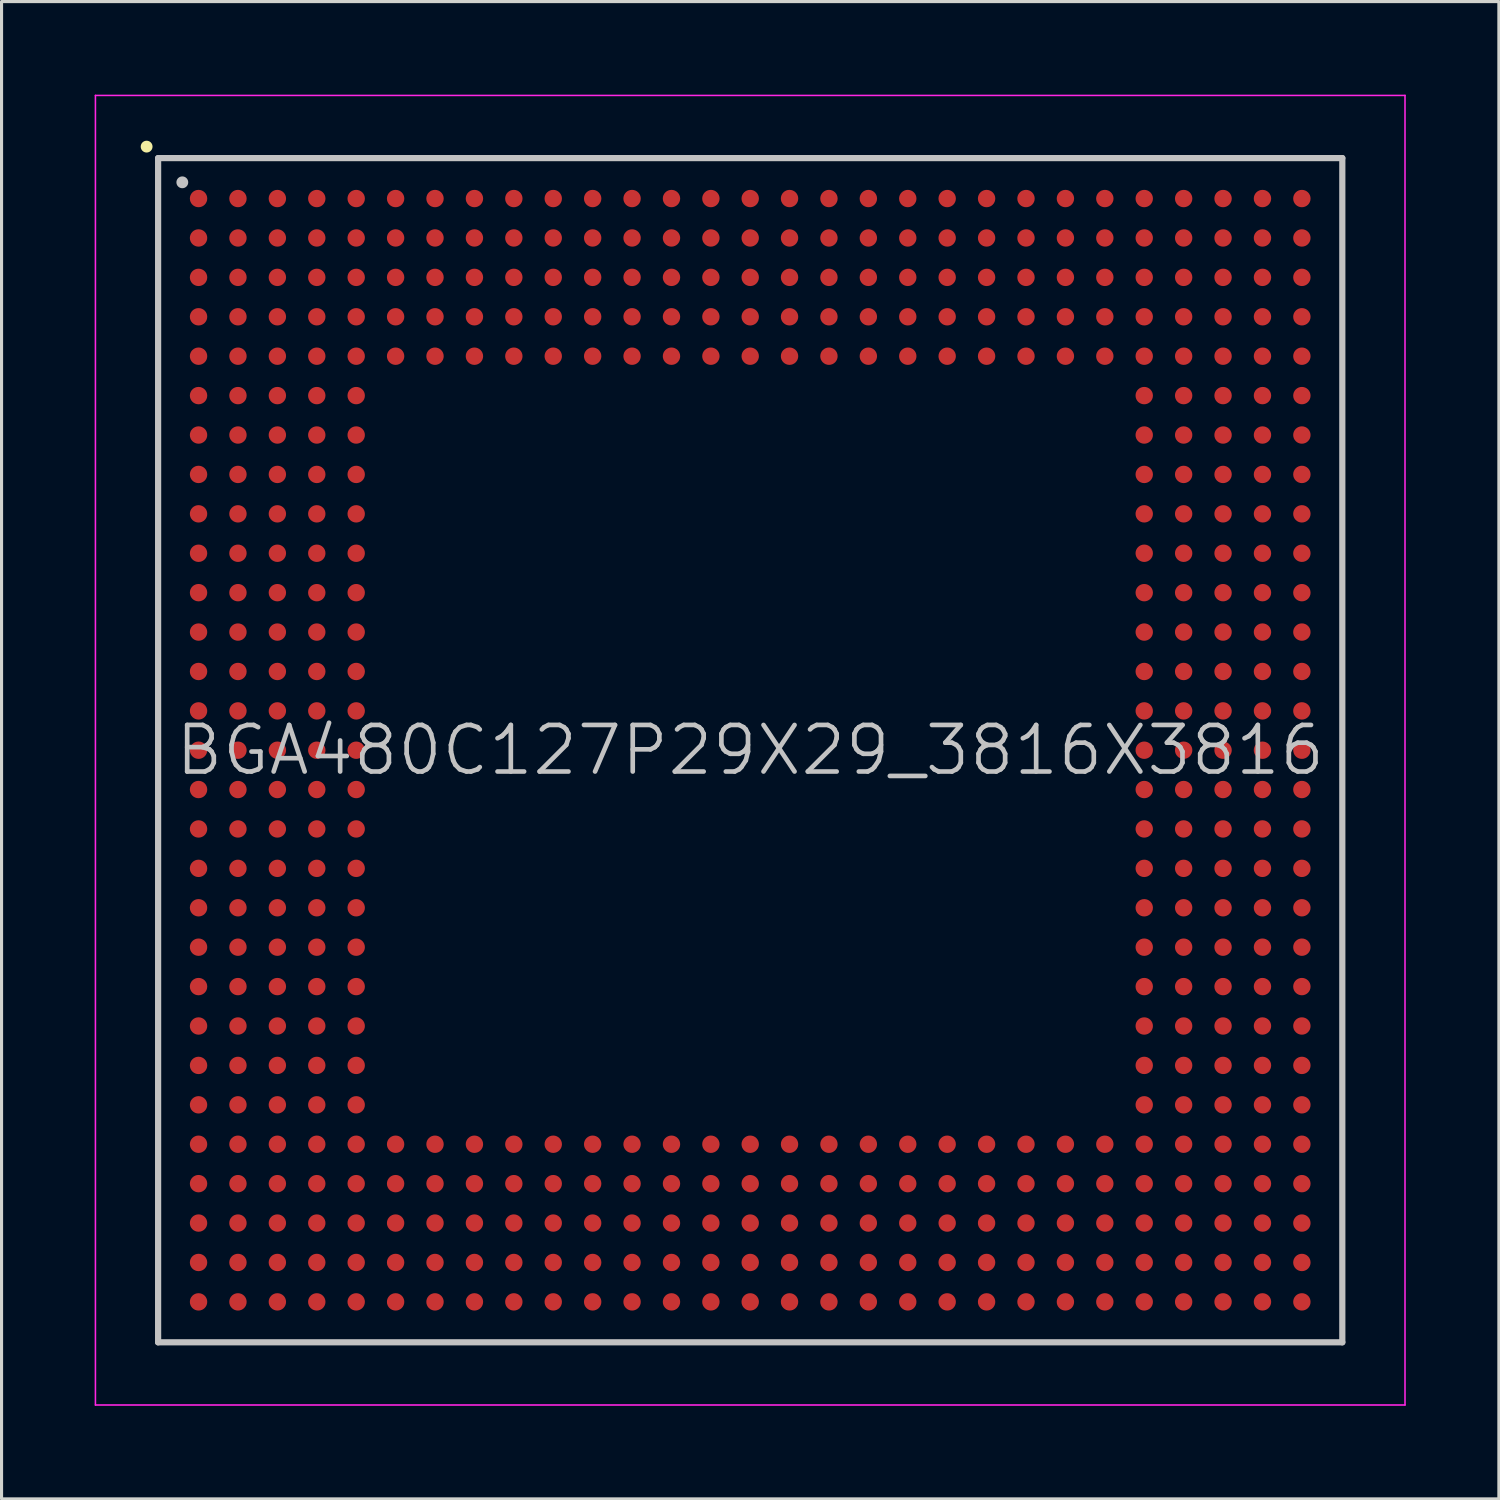
<source format=kicad_pcb>
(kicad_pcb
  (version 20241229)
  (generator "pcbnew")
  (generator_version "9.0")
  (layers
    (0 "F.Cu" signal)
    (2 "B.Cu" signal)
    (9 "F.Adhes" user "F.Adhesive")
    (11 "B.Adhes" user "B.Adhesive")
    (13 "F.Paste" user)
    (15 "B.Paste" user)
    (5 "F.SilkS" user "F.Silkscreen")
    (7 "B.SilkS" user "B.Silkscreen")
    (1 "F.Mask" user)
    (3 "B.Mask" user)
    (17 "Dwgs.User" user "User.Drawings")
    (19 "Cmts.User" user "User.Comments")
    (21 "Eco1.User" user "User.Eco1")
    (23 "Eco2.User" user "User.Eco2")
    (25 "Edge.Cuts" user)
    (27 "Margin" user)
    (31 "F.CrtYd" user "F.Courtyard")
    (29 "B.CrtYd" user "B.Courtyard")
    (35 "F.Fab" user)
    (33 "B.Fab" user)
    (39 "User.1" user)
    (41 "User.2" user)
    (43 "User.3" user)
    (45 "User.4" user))
  (footprint "BGA480C127P29X29_3816X3816"
    (layer "F.Cu")
    (at 21.125 21.125)
    (property "Reference" "BGA480C127P29X29_3816X3816" (at 0 0 0) (layer "Dwgs.User") (effects (font (size 1.5 1.5) (thickness 0.15))))
    (attr smd)
    (fp_line (start -19.45 -19.45) (end -19.45 -19.45) (stroke (width 0.381) (type solid)) (layer "F.SilkS"))
    (fp_line (start -19.08 -19.08) (end -19.08 19.08) (stroke (width 0.2) (type solid)) (layer "Dwgs.User"))
    (fp_line (start -19.08 -19.08) (end 19.08 -19.08) (stroke (width 0.2) (type solid)) (layer "Dwgs.User"))
    (fp_line (start -19.08 19.08) (end 19.08 19.08) (stroke (width 0.2) (type solid)) (layer "Dwgs.User"))
    (fp_line (start -18.3 -18.3) (end -18.3 -18.3) (stroke (width 0.381) (type solid)) (layer "Dwgs.User"))
    (fp_line (start 19.08 -19.08) (end 19.08 19.08) (stroke (width 0.2) (type solid)) (layer "Dwgs.User"))
    (fp_line (start -21.1 -21.1) (end -21.1 21.1) (stroke (width 0.05) (type solid)) (layer "F.CrtYd"))
    (fp_line (start -21.1 -21.1) (end 21.1 -21.1) (stroke (width 0.05) (type solid)) (layer "F.CrtYd"))
    (fp_line (start -21.1 21.1) (end 21.1 21.1) (stroke (width 0.05) (type solid)) (layer "F.CrtYd"))
    (fp_line (start 21.1 -21.1) (end 21.1 21.1) (stroke (width 0.05) (type solid)) (layer "F.CrtYd"))
    (pad "A1" smd circle (at -17.777 -17.777 270) (size 0.56 0.56) (layers "F.Cu" "F.Mask" "F.Paste"))
    (pad "A2" smd circle (at -16.507 -17.777 270) (size 0.56 0.56) (layers "F.Cu" "F.Mask" "F.Paste"))
    (pad "A3" smd circle (at -15.237 -17.777 270) (size 0.56 0.56) (layers "F.Cu" "F.Mask" "F.Paste"))
    (pad "A4" smd circle (at -13.967 -17.777 270) (size 0.56 0.56) (layers "F.Cu" "F.Mask" "F.Paste"))
    (pad "A5" smd circle (at -12.697 -17.777 270) (size 0.56 0.56) (layers "F.Cu" "F.Mask" "F.Paste"))
    (pad "A6" smd circle (at -11.427 -17.777 270) (size 0.56 0.56) (layers "F.Cu" "F.Mask" "F.Paste"))
    (pad "A7" smd circle (at -10.157 -17.777 270) (size 0.56 0.56) (layers "F.Cu" "F.Mask" "F.Paste"))
    (pad "A8" smd circle (at -8.887 -17.777 270) (size 0.56 0.56) (layers "F.Cu" "F.Mask" "F.Paste"))
    (pad "A9" smd circle (at -7.617 -17.777 270) (size 0.56 0.56) (layers "F.Cu" "F.Mask" "F.Paste"))
    (pad "A10" smd circle (at -6.347 -17.777 270) (size 0.56 0.56) (layers "F.Cu" "F.Mask" "F.Paste"))
    (pad "A11" smd circle (at -5.077 -17.777 270) (size 0.56 0.56) (layers "F.Cu" "F.Mask" "F.Paste"))
    (pad "A12" smd circle (at -3.807 -17.777 270) (size 0.56 0.56) (layers "F.Cu" "F.Mask" "F.Paste"))
    (pad "A13" smd circle (at -2.537 -17.777 270) (size 0.56 0.56) (layers "F.Cu" "F.Mask" "F.Paste"))
    (pad "A14" smd circle (at -1.267 -17.777 270) (size 0.56 0.56) (layers "F.Cu" "F.Mask" "F.Paste"))
    (pad "A15" smd circle (at 0 -17.777 270) (size 0.56 0.56) (layers "F.Cu" "F.Mask" "F.Paste"))
    (pad "A16" smd circle (at 1.267 -17.777 270) (size 0.56 0.56) (layers "F.Cu" "F.Mask" "F.Paste"))
    (pad "A17" smd circle (at 2.537 -17.777 270) (size 0.56 0.56) (layers "F.Cu" "F.Mask" "F.Paste"))
    (pad "A18" smd circle (at 3.807 -17.777 270) (size 0.56 0.56) (layers "F.Cu" "F.Mask" "F.Paste"))
    (pad "A19" smd circle (at 5.077 -17.777 270) (size 0.56 0.56) (layers "F.Cu" "F.Mask" "F.Paste"))
    (pad "A20" smd circle (at 6.347 -17.777 270) (size 0.56 0.56) (layers "F.Cu" "F.Mask" "F.Paste"))
    (pad "A21" smd circle (at 7.617 -17.777 270) (size 0.56 0.56) (layers "F.Cu" "F.Mask" "F.Paste"))
    (pad "A22" smd circle (at 8.887 -17.777 270) (size 0.56 0.56) (layers "F.Cu" "F.Mask" "F.Paste"))
    (pad "A23" smd circle (at 10.157 -17.777 270) (size 0.56 0.56) (layers "F.Cu" "F.Mask" "F.Paste"))
    (pad "A24" smd circle (at 11.427 -17.777 270) (size 0.56 0.56) (layers "F.Cu" "F.Mask" "F.Paste"))
    (pad "A25" smd circle (at 12.697 -17.777 270) (size 0.56 0.56) (layers "F.Cu" "F.Mask" "F.Paste"))
    (pad "A26" smd circle (at 13.967 -17.777 270) (size 0.56 0.56) (layers "F.Cu" "F.Mask" "F.Paste"))
    (pad "A27" smd circle (at 15.237 -17.777 270) (size 0.56 0.56) (layers "F.Cu" "F.Mask" "F.Paste"))
    (pad "A28" smd circle (at 16.507 -17.777 270) (size 0.56 0.56) (layers "F.Cu" "F.Mask" "F.Paste"))
    (pad "A29" smd circle (at 17.777 -17.777 270) (size 0.56 0.56) (layers "F.Cu" "F.Mask" "F.Paste"))
    (pad "AA1" smd circle (at -17.777 7.617 270) (size 0.56 0.56) (layers "F.Cu" "F.Mask" "F.Paste"))
    (pad "AA2" smd circle (at -16.507 7.617 270) (size 0.56 0.56) (layers "F.Cu" "F.Mask" "F.Paste"))
    (pad "AA3" smd circle (at -15.237 7.617 270) (size 0.56 0.56) (layers "F.Cu" "F.Mask" "F.Paste"))
    (pad "AA4" smd circle (at -13.967 7.617 270) (size 0.56 0.56) (layers "F.Cu" "F.Mask" "F.Paste"))
    (pad "AA5" smd circle (at -12.697 7.617 270) (size 0.56 0.56) (layers "F.Cu" "F.Mask" "F.Paste"))
    (pad "AA25" smd circle (at 12.697 7.617 270) (size 0.56 0.56) (layers "F.Cu" "F.Mask" "F.Paste"))
    (pad "AA26" smd circle (at 13.967 7.617 270) (size 0.56 0.56) (layers "F.Cu" "F.Mask" "F.Paste"))
    (pad "AA27" smd circle (at 15.237 7.617 270) (size 0.56 0.56) (layers "F.Cu" "F.Mask" "F.Paste"))
    (pad "AA28" smd circle (at 16.507 7.617 270) (size 0.56 0.56) (layers "F.Cu" "F.Mask" "F.Paste"))
    (pad "AA29" smd circle (at 17.777 7.617 270) (size 0.56 0.56) (layers "F.Cu" "F.Mask" "F.Paste"))
    (pad "AB1" smd circle (at -17.777 8.887 270) (size 0.56 0.56) (layers "F.Cu" "F.Mask" "F.Paste"))
    (pad "AB2" smd circle (at -16.507 8.887 270) (size 0.56 0.56) (layers "F.Cu" "F.Mask" "F.Paste"))
    (pad "AB3" smd circle (at -15.237 8.887 270) (size 0.56 0.56) (layers "F.Cu" "F.Mask" "F.Paste"))
    (pad "AB4" smd circle (at -13.967 8.887 270) (size 0.56 0.56) (layers "F.Cu" "F.Mask" "F.Paste"))
    (pad "AB5" smd circle (at -12.697 8.887 270) (size 0.56 0.56) (layers "F.Cu" "F.Mask" "F.Paste"))
    (pad "AB25" smd circle (at 12.697 8.887 270) (size 0.56 0.56) (layers "F.Cu" "F.Mask" "F.Paste"))
    (pad "AB26" smd circle (at 13.967 8.887 270) (size 0.56 0.56) (layers "F.Cu" "F.Mask" "F.Paste"))
    (pad "AB27" smd circle (at 15.237 8.887 270) (size 0.56 0.56) (layers "F.Cu" "F.Mask" "F.Paste"))
    (pad "AB28" smd circle (at 16.507 8.887 270) (size 0.56 0.56) (layers "F.Cu" "F.Mask" "F.Paste"))
    (pad "AB29" smd circle (at 17.777 8.887 270) (size 0.56 0.56) (layers "F.Cu" "F.Mask" "F.Paste"))
    (pad "AC1" smd circle (at -17.777 10.157 270) (size 0.56 0.56) (layers "F.Cu" "F.Mask" "F.Paste"))
    (pad "AC2" smd circle (at -16.507 10.157 270) (size 0.56 0.56) (layers "F.Cu" "F.Mask" "F.Paste"))
    (pad "AC3" smd circle (at -15.237 10.157 270) (size 0.56 0.56) (layers "F.Cu" "F.Mask" "F.Paste"))
    (pad "AC4" smd circle (at -13.967 10.157 270) (size 0.56 0.56) (layers "F.Cu" "F.Mask" "F.Paste"))
    (pad "AC5" smd circle (at -12.697 10.157 270) (size 0.56 0.56) (layers "F.Cu" "F.Mask" "F.Paste"))
    (pad "AC25" smd circle (at 12.697 10.157 270) (size 0.56 0.56) (layers "F.Cu" "F.Mask" "F.Paste"))
    (pad "AC26" smd circle (at 13.967 10.157 270) (size 0.56 0.56) (layers "F.Cu" "F.Mask" "F.Paste"))
    (pad "AC27" smd circle (at 15.237 10.157 270) (size 0.56 0.56) (layers "F.Cu" "F.Mask" "F.Paste"))
    (pad "AC28" smd circle (at 16.507 10.157 270) (size 0.56 0.56) (layers "F.Cu" "F.Mask" "F.Paste"))
    (pad "AC29" smd circle (at 17.777 10.157 270) (size 0.56 0.56) (layers "F.Cu" "F.Mask" "F.Paste"))
    (pad "AD1" smd circle (at -17.777 11.427 270) (size 0.56 0.56) (layers "F.Cu" "F.Mask" "F.Paste"))
    (pad "AD2" smd circle (at -16.507 11.427 270) (size 0.56 0.56) (layers "F.Cu" "F.Mask" "F.Paste"))
    (pad "AD3" smd circle (at -15.237 11.427 270) (size 0.56 0.56) (layers "F.Cu" "F.Mask" "F.Paste"))
    (pad "AD4" smd circle (at -13.967 11.427 270) (size 0.56 0.56) (layers "F.Cu" "F.Mask" "F.Paste"))
    (pad "AD5" smd circle (at -12.697 11.427 270) (size 0.56 0.56) (layers "F.Cu" "F.Mask" "F.Paste"))
    (pad "AD25" smd circle (at 12.697 11.427 270) (size 0.56 0.56) (layers "F.Cu" "F.Mask" "F.Paste"))
    (pad "AD26" smd circle (at 13.967 11.427 270) (size 0.56 0.56) (layers "F.Cu" "F.Mask" "F.Paste"))
    (pad "AD27" smd circle (at 15.237 11.427 270) (size 0.56 0.56) (layers "F.Cu" "F.Mask" "F.Paste"))
    (pad "AD28" smd circle (at 16.507 11.427 270) (size 0.56 0.56) (layers "F.Cu" "F.Mask" "F.Paste"))
    (pad "AD29" smd circle (at 17.777 11.427 270) (size 0.56 0.56) (layers "F.Cu" "F.Mask" "F.Paste"))
    (pad "AE1" smd circle (at -17.777 12.697 270) (size 0.56 0.56) (layers "F.Cu" "F.Mask" "F.Paste"))
    (pad "AE2" smd circle (at -16.507 12.697 270) (size 0.56 0.56) (layers "F.Cu" "F.Mask" "F.Paste"))
    (pad "AE3" smd circle (at -15.237 12.697 270) (size 0.56 0.56) (layers "F.Cu" "F.Mask" "F.Paste"))
    (pad "AE4" smd circle (at -13.967 12.697 270) (size 0.56 0.56) (layers "F.Cu" "F.Mask" "F.Paste"))
    (pad "AE5" smd circle (at -12.697 12.697 270) (size 0.56 0.56) (layers "F.Cu" "F.Mask" "F.Paste"))
    (pad "AE6" smd circle (at -11.427 12.697 270) (size 0.56 0.56) (layers "F.Cu" "F.Mask" "F.Paste"))
    (pad "AE7" smd circle (at -10.157 12.697 270) (size 0.56 0.56) (layers "F.Cu" "F.Mask" "F.Paste"))
    (pad "AE8" smd circle (at -8.887 12.697 270) (size 0.56 0.56) (layers "F.Cu" "F.Mask" "F.Paste"))
    (pad "AE9" smd circle (at -7.617 12.697 270) (size 0.56 0.56) (layers "F.Cu" "F.Mask" "F.Paste"))
    (pad "AE10" smd circle (at -6.347 12.697 270) (size 0.56 0.56) (layers "F.Cu" "F.Mask" "F.Paste"))
    (pad "AE11" smd circle (at -5.077 12.697 270) (size 0.56 0.56) (layers "F.Cu" "F.Mask" "F.Paste"))
    (pad "AE12" smd circle (at -3.807 12.697 270) (size 0.56 0.56) (layers "F.Cu" "F.Mask" "F.Paste"))
    (pad "AE13" smd circle (at -2.537 12.697 270) (size 0.56 0.56) (layers "F.Cu" "F.Mask" "F.Paste"))
    (pad "AE14" smd circle (at -1.267 12.697 270) (size 0.56 0.56) (layers "F.Cu" "F.Mask" "F.Paste"))
    (pad "AE15" smd circle (at 0 12.697 270) (size 0.56 0.56) (layers "F.Cu" "F.Mask" "F.Paste"))
    (pad "AE16" smd circle (at 1.267 12.697 270) (size 0.56 0.56) (layers "F.Cu" "F.Mask" "F.Paste"))
    (pad "AE17" smd circle (at 2.537 12.697 270) (size 0.56 0.56) (layers "F.Cu" "F.Mask" "F.Paste"))
    (pad "AE18" smd circle (at 3.807 12.697 270) (size 0.56 0.56) (layers "F.Cu" "F.Mask" "F.Paste"))
    (pad "AE19" smd circle (at 5.077 12.697 270) (size 0.56 0.56) (layers "F.Cu" "F.Mask" "F.Paste"))
    (pad "AE20" smd circle (at 6.347 12.697 270) (size 0.56 0.56) (layers "F.Cu" "F.Mask" "F.Paste"))
    (pad "AE21" smd circle (at 7.617 12.697 270) (size 0.56 0.56) (layers "F.Cu" "F.Mask" "F.Paste"))
    (pad "AE22" smd circle (at 8.887 12.697 270) (size 0.56 0.56) (layers "F.Cu" "F.Mask" "F.Paste"))
    (pad "AE23" smd circle (at 10.157 12.697 270) (size 0.56 0.56) (layers "F.Cu" "F.Mask" "F.Paste"))
    (pad "AE24" smd circle (at 11.427 12.697 270) (size 0.56 0.56) (layers "F.Cu" "F.Mask" "F.Paste"))
    (pad "AE25" smd circle (at 12.697 12.697 270) (size 0.56 0.56) (layers "F.Cu" "F.Mask" "F.Paste"))
    (pad "AE26" smd circle (at 13.967 12.697 270) (size 0.56 0.56) (layers "F.Cu" "F.Mask" "F.Paste"))
    (pad "AE27" smd circle (at 15.237 12.697 270) (size 0.56 0.56) (layers "F.Cu" "F.Mask" "F.Paste"))
    (pad "AE28" smd circle (at 16.507 12.697 270) (size 0.56 0.56) (layers "F.Cu" "F.Mask" "F.Paste"))
    (pad "AE29" smd circle (at 17.777 12.697 270) (size 0.56 0.56) (layers "F.Cu" "F.Mask" "F.Paste"))
    (pad "AF1" smd circle (at -17.777 13.967 270) (size 0.56 0.56) (layers "F.Cu" "F.Mask" "F.Paste"))
    (pad "AF2" smd circle (at -16.507 13.967 270) (size 0.56 0.56) (layers "F.Cu" "F.Mask" "F.Paste"))
    (pad "AF3" smd circle (at -15.237 13.967 270) (size 0.56 0.56) (layers "F.Cu" "F.Mask" "F.Paste"))
    (pad "AF4" smd circle (at -13.967 13.967 270) (size 0.56 0.56) (layers "F.Cu" "F.Mask" "F.Paste"))
    (pad "AF5" smd circle (at -12.697 13.967 270) (size 0.56 0.56) (layers "F.Cu" "F.Mask" "F.Paste"))
    (pad "AF6" smd circle (at -11.427 13.967 270) (size 0.56 0.56) (layers "F.Cu" "F.Mask" "F.Paste"))
    (pad "AF7" smd circle (at -10.157 13.967 270) (size 0.56 0.56) (layers "F.Cu" "F.Mask" "F.Paste"))
    (pad "AF8" smd circle (at -8.887 13.967 270) (size 0.56 0.56) (layers "F.Cu" "F.Mask" "F.Paste"))
    (pad "AF9" smd circle (at -7.617 13.967 270) (size 0.56 0.56) (layers "F.Cu" "F.Mask" "F.Paste"))
    (pad "AF10" smd circle (at -6.347 13.967 270) (size 0.56 0.56) (layers "F.Cu" "F.Mask" "F.Paste"))
    (pad "AF11" smd circle (at -5.077 13.967 270) (size 0.56 0.56) (layers "F.Cu" "F.Mask" "F.Paste"))
    (pad "AF12" smd circle (at -3.807 13.967 270) (size 0.56 0.56) (layers "F.Cu" "F.Mask" "F.Paste"))
    (pad "AF13" smd circle (at -2.537 13.967 270) (size 0.56 0.56) (layers "F.Cu" "F.Mask" "F.Paste"))
    (pad "AF14" smd circle (at -1.267 13.967 270) (size 0.56 0.56) (layers "F.Cu" "F.Mask" "F.Paste"))
    (pad "AF15" smd circle (at 0 13.967 270) (size 0.56 0.56) (layers "F.Cu" "F.Mask" "F.Paste"))
    (pad "AF16" smd circle (at 1.267 13.967 270) (size 0.56 0.56) (layers "F.Cu" "F.Mask" "F.Paste"))
    (pad "AF17" smd circle (at 2.537 13.967 270) (size 0.56 0.56) (layers "F.Cu" "F.Mask" "F.Paste"))
    (pad "AF18" smd circle (at 3.807 13.967 270) (size 0.56 0.56) (layers "F.Cu" "F.Mask" "F.Paste"))
    (pad "AF19" smd circle (at 5.077 13.967 270) (size 0.56 0.56) (layers "F.Cu" "F.Mask" "F.Paste"))
    (pad "AF20" smd circle (at 6.347 13.967 270) (size 0.56 0.56) (layers "F.Cu" "F.Mask" "F.Paste"))
    (pad "AF21" smd circle (at 7.617 13.967 270) (size 0.56 0.56) (layers "F.Cu" "F.Mask" "F.Paste"))
    (pad "AF22" smd circle (at 8.887 13.967 270) (size 0.56 0.56) (layers "F.Cu" "F.Mask" "F.Paste"))
    (pad "AF23" smd circle (at 10.157 13.967 270) (size 0.56 0.56) (layers "F.Cu" "F.Mask" "F.Paste"))
    (pad "AF24" smd circle (at 11.427 13.967 270) (size 0.56 0.56) (layers "F.Cu" "F.Mask" "F.Paste"))
    (pad "AF25" smd circle (at 12.697 13.967 270) (size 0.56 0.56) (layers "F.Cu" "F.Mask" "F.Paste"))
    (pad "AF26" smd circle (at 13.967 13.967 270) (size 0.56 0.56) (layers "F.Cu" "F.Mask" "F.Paste"))
    (pad "AF27" smd circle (at 15.237 13.967 270) (size 0.56 0.56) (layers "F.Cu" "F.Mask" "F.Paste"))
    (pad "AF28" smd circle (at 16.507 13.967 270) (size 0.56 0.56) (layers "F.Cu" "F.Mask" "F.Paste"))
    (pad "AF29" smd circle (at 17.777 13.967 270) (size 0.56 0.56) (layers "F.Cu" "F.Mask" "F.Paste"))
    (pad "AG1" smd circle (at -17.777 15.237 270) (size 0.56 0.56) (layers "F.Cu" "F.Mask" "F.Paste"))
    (pad "AG2" smd circle (at -16.507 15.237 270) (size 0.56 0.56) (layers "F.Cu" "F.Mask" "F.Paste"))
    (pad "AG3" smd circle (at -15.237 15.237 270) (size 0.56 0.56) (layers "F.Cu" "F.Mask" "F.Paste"))
    (pad "AG4" smd circle (at -13.967 15.237 270) (size 0.56 0.56) (layers "F.Cu" "F.Mask" "F.Paste"))
    (pad "AG5" smd circle (at -12.697 15.237 270) (size 0.56 0.56) (layers "F.Cu" "F.Mask" "F.Paste"))
    (pad "AG6" smd circle (at -11.427 15.237 270) (size 0.56 0.56) (layers "F.Cu" "F.Mask" "F.Paste"))
    (pad "AG7" smd circle (at -10.157 15.237 270) (size 0.56 0.56) (layers "F.Cu" "F.Mask" "F.Paste"))
    (pad "AG8" smd circle (at -8.887 15.237 270) (size 0.56 0.56) (layers "F.Cu" "F.Mask" "F.Paste"))
    (pad "AG9" smd circle (at -7.617 15.237 270) (size 0.56 0.56) (layers "F.Cu" "F.Mask" "F.Paste"))
    (pad "AG10" smd circle (at -6.347 15.237 270) (size 0.56 0.56) (layers "F.Cu" "F.Mask" "F.Paste"))
    (pad "AG11" smd circle (at -5.077 15.237 270) (size 0.56 0.56) (layers "F.Cu" "F.Mask" "F.Paste"))
    (pad "AG12" smd circle (at -3.807 15.237 270) (size 0.56 0.56) (layers "F.Cu" "F.Mask" "F.Paste"))
    (pad "AG13" smd circle (at -2.537 15.237 270) (size 0.56 0.56) (layers "F.Cu" "F.Mask" "F.Paste"))
    (pad "AG14" smd circle (at -1.267 15.237 270) (size 0.56 0.56) (layers "F.Cu" "F.Mask" "F.Paste"))
    (pad "AG15" smd circle (at 0 15.237 270) (size 0.56 0.56) (layers "F.Cu" "F.Mask" "F.Paste"))
    (pad "AG16" smd circle (at 1.267 15.237 270) (size 0.56 0.56) (layers "F.Cu" "F.Mask" "F.Paste"))
    (pad "AG17" smd circle (at 2.537 15.237 270) (size 0.56 0.56) (layers "F.Cu" "F.Mask" "F.Paste"))
    (pad "AG18" smd circle (at 3.807 15.237 270) (size 0.56 0.56) (layers "F.Cu" "F.Mask" "F.Paste"))
    (pad "AG19" smd circle (at 5.077 15.237 270) (size 0.56 0.56) (layers "F.Cu" "F.Mask" "F.Paste"))
    (pad "AG20" smd circle (at 6.347 15.237 270) (size 0.56 0.56) (layers "F.Cu" "F.Mask" "F.Paste"))
    (pad "AG21" smd circle (at 7.617 15.237 270) (size 0.56 0.56) (layers "F.Cu" "F.Mask" "F.Paste"))
    (pad "AG22" smd circle (at 8.887 15.237 270) (size 0.56 0.56) (layers "F.Cu" "F.Mask" "F.Paste"))
    (pad "AG23" smd circle (at 10.157 15.237 270) (size 0.56 0.56) (layers "F.Cu" "F.Mask" "F.Paste"))
    (pad "AG24" smd circle (at 11.427 15.237 270) (size 0.56 0.56) (layers "F.Cu" "F.Mask" "F.Paste"))
    (pad "AG25" smd circle (at 12.697 15.237 270) (size 0.56 0.56) (layers "F.Cu" "F.Mask" "F.Paste"))
    (pad "AG26" smd circle (at 13.967 15.237 270) (size 0.56 0.56) (layers "F.Cu" "F.Mask" "F.Paste"))
    (pad "AG27" smd circle (at 15.237 15.237 270) (size 0.56 0.56) (layers "F.Cu" "F.Mask" "F.Paste"))
    (pad "AG28" smd circle (at 16.507 15.237 270) (size 0.56 0.56) (layers "F.Cu" "F.Mask" "F.Paste"))
    (pad "AG29" smd circle (at 17.777 15.237 270) (size 0.56 0.56) (layers "F.Cu" "F.Mask" "F.Paste"))
    (pad "AH1" smd circle (at -17.777 16.507 270) (size 0.56 0.56) (layers "F.Cu" "F.Mask" "F.Paste"))
    (pad "AH2" smd circle (at -16.507 16.507 270) (size 0.56 0.56) (layers "F.Cu" "F.Mask" "F.Paste"))
    (pad "AH3" smd circle (at -15.237 16.507 270) (size 0.56 0.56) (layers "F.Cu" "F.Mask" "F.Paste"))
    (pad "AH4" smd circle (at -13.967 16.507 270) (size 0.56 0.56) (layers "F.Cu" "F.Mask" "F.Paste"))
    (pad "AH5" smd circle (at -12.697 16.507 270) (size 0.56 0.56) (layers "F.Cu" "F.Mask" "F.Paste"))
    (pad "AH6" smd circle (at -11.427 16.507 270) (size 0.56 0.56) (layers "F.Cu" "F.Mask" "F.Paste"))
    (pad "AH7" smd circle (at -10.157 16.507 270) (size 0.56 0.56) (layers "F.Cu" "F.Mask" "F.Paste"))
    (pad "AH8" smd circle (at -8.887 16.507 270) (size 0.56 0.56) (layers "F.Cu" "F.Mask" "F.Paste"))
    (pad "AH9" smd circle (at -7.617 16.507 270) (size 0.56 0.56) (layers "F.Cu" "F.Mask" "F.Paste"))
    (pad "AH10" smd circle (at -6.347 16.507 270) (size 0.56 0.56) (layers "F.Cu" "F.Mask" "F.Paste"))
    (pad "AH11" smd circle (at -5.077 16.507 270) (size 0.56 0.56) (layers "F.Cu" "F.Mask" "F.Paste"))
    (pad "AH12" smd circle (at -3.807 16.507 270) (size 0.56 0.56) (layers "F.Cu" "F.Mask" "F.Paste"))
    (pad "AH13" smd circle (at -2.537 16.507 270) (size 0.56 0.56) (layers "F.Cu" "F.Mask" "F.Paste"))
    (pad "AH14" smd circle (at -1.267 16.507 270) (size 0.56 0.56) (layers "F.Cu" "F.Mask" "F.Paste"))
    (pad "AH15" smd circle (at 0 16.507 270) (size 0.56 0.56) (layers "F.Cu" "F.Mask" "F.Paste"))
    (pad "AH16" smd circle (at 1.267 16.507 270) (size 0.56 0.56) (layers "F.Cu" "F.Mask" "F.Paste"))
    (pad "AH17" smd circle (at 2.537 16.507 270) (size 0.56 0.56) (layers "F.Cu" "F.Mask" "F.Paste"))
    (pad "AH18" smd circle (at 3.807 16.507 270) (size 0.56 0.56) (layers "F.Cu" "F.Mask" "F.Paste"))
    (pad "AH19" smd circle (at 5.077 16.507 270) (size 0.56 0.56) (layers "F.Cu" "F.Mask" "F.Paste"))
    (pad "AH20" smd circle (at 6.347 16.507 270) (size 0.56 0.56) (layers "F.Cu" "F.Mask" "F.Paste"))
    (pad "AH21" smd circle (at 7.617 16.507 270) (size 0.56 0.56) (layers "F.Cu" "F.Mask" "F.Paste"))
    (pad "AH22" smd circle (at 8.887 16.507 270) (size 0.56 0.56) (layers "F.Cu" "F.Mask" "F.Paste"))
    (pad "AH23" smd circle (at 10.157 16.507 270) (size 0.56 0.56) (layers "F.Cu" "F.Mask" "F.Paste"))
    (pad "AH24" smd circle (at 11.427 16.507 270) (size 0.56 0.56) (layers "F.Cu" "F.Mask" "F.Paste"))
    (pad "AH25" smd circle (at 12.697 16.507 270) (size 0.56 0.56) (layers "F.Cu" "F.Mask" "F.Paste"))
    (pad "AH26" smd circle (at 13.967 16.507 270) (size 0.56 0.56) (layers "F.Cu" "F.Mask" "F.Paste"))
    (pad "AH27" smd circle (at 15.237 16.507 270) (size 0.56 0.56) (layers "F.Cu" "F.Mask" "F.Paste"))
    (pad "AH28" smd circle (at 16.507 16.507 270) (size 0.56 0.56) (layers "F.Cu" "F.Mask" "F.Paste"))
    (pad "AH29" smd circle (at 17.777 16.507 270) (size 0.56 0.56) (layers "F.Cu" "F.Mask" "F.Paste"))
    (pad "AJ1" smd circle (at -17.777 17.777 270) (size 0.56 0.56) (layers "F.Cu" "F.Mask" "F.Paste"))
    (pad "AJ2" smd circle (at -16.507 17.777 270) (size 0.56 0.56) (layers "F.Cu" "F.Mask" "F.Paste"))
    (pad "AJ3" smd circle (at -15.237 17.777 270) (size 0.56 0.56) (layers "F.Cu" "F.Mask" "F.Paste"))
    (pad "AJ4" smd circle (at -13.967 17.777 270) (size 0.56 0.56) (layers "F.Cu" "F.Mask" "F.Paste"))
    (pad "AJ5" smd circle (at -12.697 17.777 270) (size 0.56 0.56) (layers "F.Cu" "F.Mask" "F.Paste"))
    (pad "AJ6" smd circle (at -11.427 17.777 270) (size 0.56 0.56) (layers "F.Cu" "F.Mask" "F.Paste"))
    (pad "AJ7" smd circle (at -10.157 17.777 270) (size 0.56 0.56) (layers "F.Cu" "F.Mask" "F.Paste"))
    (pad "AJ8" smd circle (at -8.887 17.777 270) (size 0.56 0.56) (layers "F.Cu" "F.Mask" "F.Paste"))
    (pad "AJ9" smd circle (at -7.617 17.777 270) (size 0.56 0.56) (layers "F.Cu" "F.Mask" "F.Paste"))
    (pad "AJ10" smd circle (at -6.347 17.777 270) (size 0.56 0.56) (layers "F.Cu" "F.Mask" "F.Paste"))
    (pad "AJ11" smd circle (at -5.077 17.777 270) (size 0.56 0.56) (layers "F.Cu" "F.Mask" "F.Paste"))
    (pad "AJ12" smd circle (at -3.807 17.777 270) (size 0.56 0.56) (layers "F.Cu" "F.Mask" "F.Paste"))
    (pad "AJ13" smd circle (at -2.537 17.777 270) (size 0.56 0.56) (layers "F.Cu" "F.Mask" "F.Paste"))
    (pad "AJ14" smd circle (at -1.267 17.777 270) (size 0.56 0.56) (layers "F.Cu" "F.Mask" "F.Paste"))
    (pad "AJ15" smd circle (at 0 17.777 270) (size 0.56 0.56) (layers "F.Cu" "F.Mask" "F.Paste"))
    (pad "AJ16" smd circle (at 1.267 17.777 270) (size 0.56 0.56) (layers "F.Cu" "F.Mask" "F.Paste"))
    (pad "AJ17" smd circle (at 2.537 17.777 270) (size 0.56 0.56) (layers "F.Cu" "F.Mask" "F.Paste"))
    (pad "AJ18" smd circle (at 3.807 17.777 270) (size 0.56 0.56) (layers "F.Cu" "F.Mask" "F.Paste"))
    (pad "AJ19" smd circle (at 5.077 17.777 270) (size 0.56 0.56) (layers "F.Cu" "F.Mask" "F.Paste"))
    (pad "AJ20" smd circle (at 6.347 17.777 270) (size 0.56 0.56) (layers "F.Cu" "F.Mask" "F.Paste"))
    (pad "AJ21" smd circle (at 7.617 17.777 270) (size 0.56 0.56) (layers "F.Cu" "F.Mask" "F.Paste"))
    (pad "AJ22" smd circle (at 8.887 17.777 270) (size 0.56 0.56) (layers "F.Cu" "F.Mask" "F.Paste"))
    (pad "AJ23" smd circle (at 10.157 17.777 270) (size 0.56 0.56) (layers "F.Cu" "F.Mask" "F.Paste"))
    (pad "AJ24" smd circle (at 11.427 17.777 270) (size 0.56 0.56) (layers "F.Cu" "F.Mask" "F.Paste"))
    (pad "AJ25" smd circle (at 12.697 17.777 270) (size 0.56 0.56) (layers "F.Cu" "F.Mask" "F.Paste"))
    (pad "AJ26" smd circle (at 13.967 17.777 270) (size 0.56 0.56) (layers "F.Cu" "F.Mask" "F.Paste"))
    (pad "AJ27" smd circle (at 15.237 17.777 270) (size 0.56 0.56) (layers "F.Cu" "F.Mask" "F.Paste"))
    (pad "AJ28" smd circle (at 16.507 17.777 270) (size 0.56 0.56) (layers "F.Cu" "F.Mask" "F.Paste"))
    (pad "AJ29" smd circle (at 17.777 17.777 270) (size 0.56 0.56) (layers "F.Cu" "F.Mask" "F.Paste"))
    (pad "B1" smd circle (at -17.777 -16.507 270) (size 0.56 0.56) (layers "F.Cu" "F.Mask" "F.Paste"))
    (pad "B2" smd circle (at -16.507 -16.507 270) (size 0.56 0.56) (layers "F.Cu" "F.Mask" "F.Paste"))
    (pad "B3" smd circle (at -15.237 -16.507 270) (size 0.56 0.56) (layers "F.Cu" "F.Mask" "F.Paste"))
    (pad "B4" smd circle (at -13.967 -16.507 270) (size 0.56 0.56) (layers "F.Cu" "F.Mask" "F.Paste"))
    (pad "B5" smd circle (at -12.697 -16.507 270) (size 0.56 0.56) (layers "F.Cu" "F.Mask" "F.Paste"))
    (pad "B6" smd circle (at -11.427 -16.507 270) (size 0.56 0.56) (layers "F.Cu" "F.Mask" "F.Paste"))
    (pad "B7" smd circle (at -10.157 -16.507 270) (size 0.56 0.56) (layers "F.Cu" "F.Mask" "F.Paste"))
    (pad "B8" smd circle (at -8.887 -16.507 270) (size 0.56 0.56) (layers "F.Cu" "F.Mask" "F.Paste"))
    (pad "B9" smd circle (at -7.617 -16.507 270) (size 0.56 0.56) (layers "F.Cu" "F.Mask" "F.Paste"))
    (pad "B10" smd circle (at -6.347 -16.507 270) (size 0.56 0.56) (layers "F.Cu" "F.Mask" "F.Paste"))
    (pad "B11" smd circle (at -5.077 -16.507 270) (size 0.56 0.56) (layers "F.Cu" "F.Mask" "F.Paste"))
    (pad "B12" smd circle (at -3.807 -16.507 270) (size 0.56 0.56) (layers "F.Cu" "F.Mask" "F.Paste"))
    (pad "B13" smd circle (at -2.537 -16.507 270) (size 0.56 0.56) (layers "F.Cu" "F.Mask" "F.Paste"))
    (pad "B14" smd circle (at -1.267 -16.507 270) (size 0.56 0.56) (layers "F.Cu" "F.Mask" "F.Paste"))
    (pad "B15" smd circle (at 0 -16.507 270) (size 0.56 0.56) (layers "F.Cu" "F.Mask" "F.Paste"))
    (pad "B16" smd circle (at 1.267 -16.507 270) (size 0.56 0.56) (layers "F.Cu" "F.Mask" "F.Paste"))
    (pad "B17" smd circle (at 2.537 -16.507 270) (size 0.56 0.56) (layers "F.Cu" "F.Mask" "F.Paste"))
    (pad "B18" smd circle (at 3.807 -16.507 270) (size 0.56 0.56) (layers "F.Cu" "F.Mask" "F.Paste"))
    (pad "B19" smd circle (at 5.077 -16.507 270) (size 0.56 0.56) (layers "F.Cu" "F.Mask" "F.Paste"))
    (pad "B20" smd circle (at 6.347 -16.507 270) (size 0.56 0.56) (layers "F.Cu" "F.Mask" "F.Paste"))
    (pad "B21" smd circle (at 7.617 -16.507 270) (size 0.56 0.56) (layers "F.Cu" "F.Mask" "F.Paste"))
    (pad "B22" smd circle (at 8.887 -16.507 270) (size 0.56 0.56) (layers "F.Cu" "F.Mask" "F.Paste"))
    (pad "B23" smd circle (at 10.157 -16.507 270) (size 0.56 0.56) (layers "F.Cu" "F.Mask" "F.Paste"))
    (pad "B24" smd circle (at 11.427 -16.507 270) (size 0.56 0.56) (layers "F.Cu" "F.Mask" "F.Paste"))
    (pad "B25" smd circle (at 12.697 -16.507 270) (size 0.56 0.56) (layers "F.Cu" "F.Mask" "F.Paste"))
    (pad "B26" smd circle (at 13.967 -16.507 270) (size 0.56 0.56) (layers "F.Cu" "F.Mask" "F.Paste"))
    (pad "B27" smd circle (at 15.237 -16.507 270) (size 0.56 0.56) (layers "F.Cu" "F.Mask" "F.Paste"))
    (pad "B28" smd circle (at 16.507 -16.507 270) (size 0.56 0.56) (layers "F.Cu" "F.Mask" "F.Paste"))
    (pad "B29" smd circle (at 17.777 -16.507 270) (size 0.56 0.56) (layers "F.Cu" "F.Mask" "F.Paste"))
    (pad "C1" smd circle (at -17.777 -15.237 270) (size 0.56 0.56) (layers "F.Cu" "F.Mask" "F.Paste"))
    (pad "C2" smd circle (at -16.507 -15.237 270) (size 0.56 0.56) (layers "F.Cu" "F.Mask" "F.Paste"))
    (pad "C3" smd circle (at -15.237 -15.237 270) (size 0.56 0.56) (layers "F.Cu" "F.Mask" "F.Paste"))
    (pad "C4" smd circle (at -13.967 -15.237 270) (size 0.56 0.56) (layers "F.Cu" "F.Mask" "F.Paste"))
    (pad "C5" smd circle (at -12.697 -15.237 270) (size 0.56 0.56) (layers "F.Cu" "F.Mask" "F.Paste"))
    (pad "C6" smd circle (at -11.427 -15.237 270) (size 0.56 0.56) (layers "F.Cu" "F.Mask" "F.Paste"))
    (pad "C7" smd circle (at -10.157 -15.237 270) (size 0.56 0.56) (layers "F.Cu" "F.Mask" "F.Paste"))
    (pad "C8" smd circle (at -8.887 -15.237 270) (size 0.56 0.56) (layers "F.Cu" "F.Mask" "F.Paste"))
    (pad "C9" smd circle (at -7.617 -15.237 270) (size 0.56 0.56) (layers "F.Cu" "F.Mask" "F.Paste"))
    (pad "C10" smd circle (at -6.347 -15.237 270) (size 0.56 0.56) (layers "F.Cu" "F.Mask" "F.Paste"))
    (pad "C11" smd circle (at -5.077 -15.237 270) (size 0.56 0.56) (layers "F.Cu" "F.Mask" "F.Paste"))
    (pad "C12" smd circle (at -3.807 -15.237 270) (size 0.56 0.56) (layers "F.Cu" "F.Mask" "F.Paste"))
    (pad "C13" smd circle (at -2.537 -15.237 270) (size 0.56 0.56) (layers "F.Cu" "F.Mask" "F.Paste"))
    (pad "C14" smd circle (at -1.267 -15.237 270) (size 0.56 0.56) (layers "F.Cu" "F.Mask" "F.Paste"))
    (pad "C15" smd circle (at 0 -15.237 270) (size 0.56 0.56) (layers "F.Cu" "F.Mask" "F.Paste"))
    (pad "C16" smd circle (at 1.267 -15.237 270) (size 0.56 0.56) (layers "F.Cu" "F.Mask" "F.Paste"))
    (pad "C17" smd circle (at 2.537 -15.237 270) (size 0.56 0.56) (layers "F.Cu" "F.Mask" "F.Paste"))
    (pad "C18" smd circle (at 3.807 -15.237 270) (size 0.56 0.56) (layers "F.Cu" "F.Mask" "F.Paste"))
    (pad "C19" smd circle (at 5.077 -15.237 270) (size 0.56 0.56) (layers "F.Cu" "F.Mask" "F.Paste"))
    (pad "C20" smd circle (at 6.347 -15.237 270) (size 0.56 0.56) (layers "F.Cu" "F.Mask" "F.Paste"))
    (pad "C21" smd circle (at 7.617 -15.237 270) (size 0.56 0.56) (layers "F.Cu" "F.Mask" "F.Paste"))
    (pad "C22" smd circle (at 8.887 -15.237 270) (size 0.56 0.56) (layers "F.Cu" "F.Mask" "F.Paste"))
    (pad "C23" smd circle (at 10.157 -15.237 270) (size 0.56 0.56) (layers "F.Cu" "F.Mask" "F.Paste"))
    (pad "C24" smd circle (at 11.427 -15.237 270) (size 0.56 0.56) (layers "F.Cu" "F.Mask" "F.Paste"))
    (pad "C25" smd circle (at 12.697 -15.237 270) (size 0.56 0.56) (layers "F.Cu" "F.Mask" "F.Paste"))
    (pad "C26" smd circle (at 13.967 -15.237 270) (size 0.56 0.56) (layers "F.Cu" "F.Mask" "F.Paste"))
    (pad "C27" smd circle (at 15.237 -15.237 270) (size 0.56 0.56) (layers "F.Cu" "F.Mask" "F.Paste"))
    (pad "C28" smd circle (at 16.507 -15.237 270) (size 0.56 0.56) (layers "F.Cu" "F.Mask" "F.Paste"))
    (pad "C29" smd circle (at 17.777 -15.237 270) (size 0.56 0.56) (layers "F.Cu" "F.Mask" "F.Paste"))
    (pad "D1" smd circle (at -17.777 -13.967 270) (size 0.56 0.56) (layers "F.Cu" "F.Mask" "F.Paste"))
    (pad "D2" smd circle (at -16.507 -13.967 270) (size 0.56 0.56) (layers "F.Cu" "F.Mask" "F.Paste"))
    (pad "D3" smd circle (at -15.237 -13.967 270) (size 0.56 0.56) (layers "F.Cu" "F.Mask" "F.Paste"))
    (pad "D4" smd circle (at -13.967 -13.967 270) (size 0.56 0.56) (layers "F.Cu" "F.Mask" "F.Paste"))
    (pad "D5" smd circle (at -12.697 -13.967 270) (size 0.56 0.56) (layers "F.Cu" "F.Mask" "F.Paste"))
    (pad "D6" smd circle (at -11.427 -13.967 270) (size 0.56 0.56) (layers "F.Cu" "F.Mask" "F.Paste"))
    (pad "D7" smd circle (at -10.157 -13.967 270) (size 0.56 0.56) (layers "F.Cu" "F.Mask" "F.Paste"))
    (pad "D8" smd circle (at -8.887 -13.967 270) (size 0.56 0.56) (layers "F.Cu" "F.Mask" "F.Paste"))
    (pad "D9" smd circle (at -7.617 -13.967 270) (size 0.56 0.56) (layers "F.Cu" "F.Mask" "F.Paste"))
    (pad "D10" smd circle (at -6.347 -13.967 270) (size 0.56 0.56) (layers "F.Cu" "F.Mask" "F.Paste"))
    (pad "D11" smd circle (at -5.077 -13.967 270) (size 0.56 0.56) (layers "F.Cu" "F.Mask" "F.Paste"))
    (pad "D12" smd circle (at -3.807 -13.967 270) (size 0.56 0.56) (layers "F.Cu" "F.Mask" "F.Paste"))
    (pad "D13" smd circle (at -2.537 -13.967 270) (size 0.56 0.56) (layers "F.Cu" "F.Mask" "F.Paste"))
    (pad "D14" smd circle (at -1.267 -13.967 270) (size 0.56 0.56) (layers "F.Cu" "F.Mask" "F.Paste"))
    (pad "D15" smd circle (at 0 -13.967 270) (size 0.56 0.56) (layers "F.Cu" "F.Mask" "F.Paste"))
    (pad "D16" smd circle (at 1.267 -13.967 270) (size 0.56 0.56) (layers "F.Cu" "F.Mask" "F.Paste"))
    (pad "D17" smd circle (at 2.537 -13.967 270) (size 0.56 0.56) (layers "F.Cu" "F.Mask" "F.Paste"))
    (pad "D18" smd circle (at 3.807 -13.967 270) (size 0.56 0.56) (layers "F.Cu" "F.Mask" "F.Paste"))
    (pad "D19" smd circle (at 5.077 -13.967 270) (size 0.56 0.56) (layers "F.Cu" "F.Mask" "F.Paste"))
    (pad "D20" smd circle (at 6.347 -13.967 270) (size 0.56 0.56) (layers "F.Cu" "F.Mask" "F.Paste"))
    (pad "D21" smd circle (at 7.617 -13.967 270) (size 0.56 0.56) (layers "F.Cu" "F.Mask" "F.Paste"))
    (pad "D22" smd circle (at 8.887 -13.967 270) (size 0.56 0.56) (layers "F.Cu" "F.Mask" "F.Paste"))
    (pad "D23" smd circle (at 10.157 -13.967 270) (size 0.56 0.56) (layers "F.Cu" "F.Mask" "F.Paste"))
    (pad "D24" smd circle (at 11.427 -13.967 270) (size 0.56 0.56) (layers "F.Cu" "F.Mask" "F.Paste"))
    (pad "D25" smd circle (at 12.697 -13.967 270) (size 0.56 0.56) (layers "F.Cu" "F.Mask" "F.Paste"))
    (pad "D26" smd circle (at 13.967 -13.967 270) (size 0.56 0.56) (layers "F.Cu" "F.Mask" "F.Paste"))
    (pad "D27" smd circle (at 15.237 -13.967 270) (size 0.56 0.56) (layers "F.Cu" "F.Mask" "F.Paste"))
    (pad "D28" smd circle (at 16.507 -13.967 270) (size 0.56 0.56) (layers "F.Cu" "F.Mask" "F.Paste"))
    (pad "D29" smd circle (at 17.777 -13.967 270) (size 0.56 0.56) (layers "F.Cu" "F.Mask" "F.Paste"))
    (pad "E1" smd circle (at -17.777 -12.697 270) (size 0.56 0.56) (layers "F.Cu" "F.Mask" "F.Paste"))
    (pad "E2" smd circle (at -16.507 -12.697 270) (size 0.56 0.56) (layers "F.Cu" "F.Mask" "F.Paste"))
    (pad "E3" smd circle (at -15.237 -12.697 270) (size 0.56 0.56) (layers "F.Cu" "F.Mask" "F.Paste"))
    (pad "E4" smd circle (at -13.967 -12.697 270) (size 0.56 0.56) (layers "F.Cu" "F.Mask" "F.Paste"))
    (pad "E5" smd circle (at -12.697 -12.697 270) (size 0.56 0.56) (layers "F.Cu" "F.Mask" "F.Paste"))
    (pad "E6" smd circle (at -11.427 -12.697 270) (size 0.56 0.56) (layers "F.Cu" "F.Mask" "F.Paste"))
    (pad "E7" smd circle (at -10.157 -12.697 270) (size 0.56 0.56) (layers "F.Cu" "F.Mask" "F.Paste"))
    (pad "E8" smd circle (at -8.887 -12.697 270) (size 0.56 0.56) (layers "F.Cu" "F.Mask" "F.Paste"))
    (pad "E9" smd circle (at -7.617 -12.697 270) (size 0.56 0.56) (layers "F.Cu" "F.Mask" "F.Paste"))
    (pad "E10" smd circle (at -6.347 -12.697 270) (size 0.56 0.56) (layers "F.Cu" "F.Mask" "F.Paste"))
    (pad "E11" smd circle (at -5.077 -12.697 270) (size 0.56 0.56) (layers "F.Cu" "F.Mask" "F.Paste"))
    (pad "E12" smd circle (at -3.807 -12.697 270) (size 0.56 0.56) (layers "F.Cu" "F.Mask" "F.Paste"))
    (pad "E13" smd circle (at -2.537 -12.697 270) (size 0.56 0.56) (layers "F.Cu" "F.Mask" "F.Paste"))
    (pad "E14" smd circle (at -1.267 -12.697 270) (size 0.56 0.56) (layers "F.Cu" "F.Mask" "F.Paste"))
    (pad "E15" smd circle (at 0 -12.697 270) (size 0.56 0.56) (layers "F.Cu" "F.Mask" "F.Paste"))
    (pad "E16" smd circle (at 1.267 -12.697 270) (size 0.56 0.56) (layers "F.Cu" "F.Mask" "F.Paste"))
    (pad "E17" smd circle (at 2.537 -12.697 270) (size 0.56 0.56) (layers "F.Cu" "F.Mask" "F.Paste"))
    (pad "E18" smd circle (at 3.807 -12.697 270) (size 0.56 0.56) (layers "F.Cu" "F.Mask" "F.Paste"))
    (pad "E19" smd circle (at 5.077 -12.697 270) (size 0.56 0.56) (layers "F.Cu" "F.Mask" "F.Paste"))
    (pad "E20" smd circle (at 6.347 -12.697 270) (size 0.56 0.56) (layers "F.Cu" "F.Mask" "F.Paste"))
    (pad "E21" smd circle (at 7.617 -12.697 270) (size 0.56 0.56) (layers "F.Cu" "F.Mask" "F.Paste"))
    (pad "E22" smd circle (at 8.887 -12.697 270) (size 0.56 0.56) (layers "F.Cu" "F.Mask" "F.Paste"))
    (pad "E23" smd circle (at 10.157 -12.697 270) (size 0.56 0.56) (layers "F.Cu" "F.Mask" "F.Paste"))
    (pad "E24" smd circle (at 11.427 -12.697 270) (size 0.56 0.56) (layers "F.Cu" "F.Mask" "F.Paste"))
    (pad "E25" smd circle (at 12.697 -12.697 270) (size 0.56 0.56) (layers "F.Cu" "F.Mask" "F.Paste"))
    (pad "E26" smd circle (at 13.967 -12.697 270) (size 0.56 0.56) (layers "F.Cu" "F.Mask" "F.Paste"))
    (pad "E27" smd circle (at 15.237 -12.697 270) (size 0.56 0.56) (layers "F.Cu" "F.Mask" "F.Paste"))
    (pad "E28" smd circle (at 16.507 -12.697 270) (size 0.56 0.56) (layers "F.Cu" "F.Mask" "F.Paste"))
    (pad "E29" smd circle (at 17.777 -12.697 270) (size 0.56 0.56) (layers "F.Cu" "F.Mask" "F.Paste"))
    (pad "F1" smd circle (at -17.777 -11.427 270) (size 0.56 0.56) (layers "F.Cu" "F.Mask" "F.Paste"))
    (pad "F2" smd circle (at -16.507 -11.427 270) (size 0.56 0.56) (layers "F.Cu" "F.Mask" "F.Paste"))
    (pad "F3" smd circle (at -15.237 -11.427 270) (size 0.56 0.56) (layers "F.Cu" "F.Mask" "F.Paste"))
    (pad "F4" smd circle (at -13.967 -11.427 270) (size 0.56 0.56) (layers "F.Cu" "F.Mask" "F.Paste"))
    (pad "F5" smd circle (at -12.697 -11.427 270) (size 0.56 0.56) (layers "F.Cu" "F.Mask" "F.Paste"))
    (pad "F25" smd circle (at 12.697 -11.427 270) (size 0.56 0.56) (layers "F.Cu" "F.Mask" "F.Paste"))
    (pad "F26" smd circle (at 13.967 -11.427 270) (size 0.56 0.56) (layers "F.Cu" "F.Mask" "F.Paste"))
    (pad "F27" smd circle (at 15.237 -11.427 270) (size 0.56 0.56) (layers "F.Cu" "F.Mask" "F.Paste"))
    (pad "F28" smd circle (at 16.507 -11.427 270) (size 0.56 0.56) (layers "F.Cu" "F.Mask" "F.Paste"))
    (pad "F29" smd circle (at 17.777 -11.427 270) (size 0.56 0.56) (layers "F.Cu" "F.Mask" "F.Paste"))
    (pad "G1" smd circle (at -17.777 -10.157 270) (size 0.56 0.56) (layers "F.Cu" "F.Mask" "F.Paste"))
    (pad "G2" smd circle (at -16.507 -10.157 270) (size 0.56 0.56) (layers "F.Cu" "F.Mask" "F.Paste"))
    (pad "G3" smd circle (at -15.237 -10.157 270) (size 0.56 0.56) (layers "F.Cu" "F.Mask" "F.Paste"))
    (pad "G4" smd circle (at -13.967 -10.157 270) (size 0.56 0.56) (layers "F.Cu" "F.Mask" "F.Paste"))
    (pad "G5" smd circle (at -12.697 -10.157 270) (size 0.56 0.56) (layers "F.Cu" "F.Mask" "F.Paste"))
    (pad "G25" smd circle (at 12.697 -10.157 270) (size 0.56 0.56) (layers "F.Cu" "F.Mask" "F.Paste"))
    (pad "G26" smd circle (at 13.967 -10.157 270) (size 0.56 0.56) (layers "F.Cu" "F.Mask" "F.Paste"))
    (pad "G27" smd circle (at 15.237 -10.157 270) (size 0.56 0.56) (layers "F.Cu" "F.Mask" "F.Paste"))
    (pad "G28" smd circle (at 16.507 -10.157 270) (size 0.56 0.56) (layers "F.Cu" "F.Mask" "F.Paste"))
    (pad "G29" smd circle (at 17.777 -10.157 270) (size 0.56 0.56) (layers "F.Cu" "F.Mask" "F.Paste"))
    (pad "H1" smd circle (at -17.777 -8.887 270) (size 0.56 0.56) (layers "F.Cu" "F.Mask" "F.Paste"))
    (pad "H2" smd circle (at -16.507 -8.887 270) (size 0.56 0.56) (layers "F.Cu" "F.Mask" "F.Paste"))
    (pad "H3" smd circle (at -15.237 -8.887 270) (size 0.56 0.56) (layers "F.Cu" "F.Mask" "F.Paste"))
    (pad "H4" smd circle (at -13.967 -8.887 270) (size 0.56 0.56) (layers "F.Cu" "F.Mask" "F.Paste"))
    (pad "H5" smd circle (at -12.697 -8.887 270) (size 0.56 0.56) (layers "F.Cu" "F.Mask" "F.Paste"))
    (pad "H25" smd circle (at 12.697 -8.887 270) (size 0.56 0.56) (layers "F.Cu" "F.Mask" "F.Paste"))
    (pad "H26" smd circle (at 13.967 -8.887 270) (size 0.56 0.56) (layers "F.Cu" "F.Mask" "F.Paste"))
    (pad "H27" smd circle (at 15.237 -8.887 270) (size 0.56 0.56) (layers "F.Cu" "F.Mask" "F.Paste"))
    (pad "H28" smd circle (at 16.507 -8.887 270) (size 0.56 0.56) (layers "F.Cu" "F.Mask" "F.Paste"))
    (pad "H29" smd circle (at 17.777 -8.887 270) (size 0.56 0.56) (layers "F.Cu" "F.Mask" "F.Paste"))
    (pad "J1" smd circle (at -17.777 -7.617 270) (size 0.56 0.56) (layers "F.Cu" "F.Mask" "F.Paste"))
    (pad "J2" smd circle (at -16.507 -7.617 270) (size 0.56 0.56) (layers "F.Cu" "F.Mask" "F.Paste"))
    (pad "J3" smd circle (at -15.237 -7.617 270) (size 0.56 0.56) (layers "F.Cu" "F.Mask" "F.Paste"))
    (pad "J4" smd circle (at -13.967 -7.617 270) (size 0.56 0.56) (layers "F.Cu" "F.Mask" "F.Paste"))
    (pad "J5" smd circle (at -12.697 -7.617 270) (size 0.56 0.56) (layers "F.Cu" "F.Mask" "F.Paste"))
    (pad "J25" smd circle (at 12.697 -7.617 270) (size 0.56 0.56) (layers "F.Cu" "F.Mask" "F.Paste"))
    (pad "J26" smd circle (at 13.967 -7.617 270) (size 0.56 0.56) (layers "F.Cu" "F.Mask" "F.Paste"))
    (pad "J27" smd circle (at 15.237 -7.617 270) (size 0.56 0.56) (layers "F.Cu" "F.Mask" "F.Paste"))
    (pad "J28" smd circle (at 16.507 -7.617 270) (size 0.56 0.56) (layers "F.Cu" "F.Mask" "F.Paste"))
    (pad "J29" smd circle (at 17.777 -7.617 270) (size 0.56 0.56) (layers "F.Cu" "F.Mask" "F.Paste"))
    (pad "K1" smd circle (at -17.777 -6.347 270) (size 0.56 0.56) (layers "F.Cu" "F.Mask" "F.Paste"))
    (pad "K2" smd circle (at -16.507 -6.347 270) (size 0.56 0.56) (layers "F.Cu" "F.Mask" "F.Paste"))
    (pad "K3" smd circle (at -15.237 -6.347 270) (size 0.56 0.56) (layers "F.Cu" "F.Mask" "F.Paste"))
    (pad "K4" smd circle (at -13.967 -6.347 270) (size 0.56 0.56) (layers "F.Cu" "F.Mask" "F.Paste"))
    (pad "K5" smd circle (at -12.697 -6.347 270) (size 0.56 0.56) (layers "F.Cu" "F.Mask" "F.Paste"))
    (pad "K25" smd circle (at 12.697 -6.347 270) (size 0.56 0.56) (layers "F.Cu" "F.Mask" "F.Paste"))
    (pad "K26" smd circle (at 13.967 -6.347 270) (size 0.56 0.56) (layers "F.Cu" "F.Mask" "F.Paste"))
    (pad "K27" smd circle (at 15.237 -6.347 270) (size 0.56 0.56) (layers "F.Cu" "F.Mask" "F.Paste"))
    (pad "K28" smd circle (at 16.507 -6.347 270) (size 0.56 0.56) (layers "F.Cu" "F.Mask" "F.Paste"))
    (pad "K29" smd circle (at 17.777 -6.347 270) (size 0.56 0.56) (layers "F.Cu" "F.Mask" "F.Paste"))
    (pad "L1" smd circle (at -17.777 -5.077 270) (size 0.56 0.56) (layers "F.Cu" "F.Mask" "F.Paste"))
    (pad "L2" smd circle (at -16.507 -5.077 270) (size 0.56 0.56) (layers "F.Cu" "F.Mask" "F.Paste"))
    (pad "L3" smd circle (at -15.237 -5.077 270) (size 0.56 0.56) (layers "F.Cu" "F.Mask" "F.Paste"))
    (pad "L4" smd circle (at -13.967 -5.077 270) (size 0.56 0.56) (layers "F.Cu" "F.Mask" "F.Paste"))
    (pad "L5" smd circle (at -12.697 -5.077 270) (size 0.56 0.56) (layers "F.Cu" "F.Mask" "F.Paste"))
    (pad "L25" smd circle (at 12.697 -5.077 270) (size 0.56 0.56) (layers "F.Cu" "F.Mask" "F.Paste"))
    (pad "L26" smd circle (at 13.967 -5.077 270) (size 0.56 0.56) (layers "F.Cu" "F.Mask" "F.Paste"))
    (pad "L27" smd circle (at 15.237 -5.077 270) (size 0.56 0.56) (layers "F.Cu" "F.Mask" "F.Paste"))
    (pad "L28" smd circle (at 16.507 -5.077 270) (size 0.56 0.56) (layers "F.Cu" "F.Mask" "F.Paste"))
    (pad "L29" smd circle (at 17.777 -5.077 270) (size 0.56 0.56) (layers "F.Cu" "F.Mask" "F.Paste"))
    (pad "M1" smd circle (at -17.777 -3.807 270) (size 0.56 0.56) (layers "F.Cu" "F.Mask" "F.Paste"))
    (pad "M2" smd circle (at -16.507 -3.807 270) (size 0.56 0.56) (layers "F.Cu" "F.Mask" "F.Paste"))
    (pad "M3" smd circle (at -15.237 -3.807 270) (size 0.56 0.56) (layers "F.Cu" "F.Mask" "F.Paste"))
    (pad "M4" smd circle (at -13.967 -3.807 270) (size 0.56 0.56) (layers "F.Cu" "F.Mask" "F.Paste"))
    (pad "M5" smd circle (at -12.697 -3.807 270) (size 0.56 0.56) (layers "F.Cu" "F.Mask" "F.Paste"))
    (pad "M25" smd circle (at 12.697 -3.807 270) (size 0.56 0.56) (layers "F.Cu" "F.Mask" "F.Paste"))
    (pad "M26" smd circle (at 13.967 -3.807 270) (size 0.56 0.56) (layers "F.Cu" "F.Mask" "F.Paste"))
    (pad "M27" smd circle (at 15.237 -3.807 270) (size 0.56 0.56) (layers "F.Cu" "F.Mask" "F.Paste"))
    (pad "M28" smd circle (at 16.507 -3.807 270) (size 0.56 0.56) (layers "F.Cu" "F.Mask" "F.Paste"))
    (pad "M29" smd circle (at 17.777 -3.807 270) (size 0.56 0.56) (layers "F.Cu" "F.Mask" "F.Paste"))
    (pad "N1" smd circle (at -17.777 -2.537 270) (size 0.56 0.56) (layers "F.Cu" "F.Mask" "F.Paste"))
    (pad "N2" smd circle (at -16.507 -2.537 270) (size 0.56 0.56) (layers "F.Cu" "F.Mask" "F.Paste"))
    (pad "N3" smd circle (at -15.237 -2.537 270) (size 0.56 0.56) (layers "F.Cu" "F.Mask" "F.Paste"))
    (pad "N4" smd circle (at -13.967 -2.537 270) (size 0.56 0.56) (layers "F.Cu" "F.Mask" "F.Paste"))
    (pad "N5" smd circle (at -12.697 -2.537 270) (size 0.56 0.56) (layers "F.Cu" "F.Mask" "F.Paste"))
    (pad "N25" smd circle (at 12.697 -2.537 270) (size 0.56 0.56) (layers "F.Cu" "F.Mask" "F.Paste"))
    (pad "N26" smd circle (at 13.967 -2.537 270) (size 0.56 0.56) (layers "F.Cu" "F.Mask" "F.Paste"))
    (pad "N27" smd circle (at 15.237 -2.537 270) (size 0.56 0.56) (layers "F.Cu" "F.Mask" "F.Paste"))
    (pad "N28" smd circle (at 16.507 -2.537 270) (size 0.56 0.56) (layers "F.Cu" "F.Mask" "F.Paste"))
    (pad "N29" smd circle (at 17.777 -2.537 270) (size 0.56 0.56) (layers "F.Cu" "F.Mask" "F.Paste"))
    (pad "P1" smd circle (at -17.777 -1.267 270) (size 0.56 0.56) (layers "F.Cu" "F.Mask" "F.Paste"))
    (pad "P2" smd circle (at -16.507 -1.267 270) (size 0.56 0.56) (layers "F.Cu" "F.Mask" "F.Paste"))
    (pad "P3" smd circle (at -15.237 -1.267 270) (size 0.56 0.56) (layers "F.Cu" "F.Mask" "F.Paste"))
    (pad "P4" smd circle (at -13.967 -1.267 270) (size 0.56 0.56) (layers "F.Cu" "F.Mask" "F.Paste"))
    (pad "P5" smd circle (at -12.697 -1.267 270) (size 0.56 0.56) (layers "F.Cu" "F.Mask" "F.Paste"))
    (pad "P25" smd circle (at 12.697 -1.267 270) (size 0.56 0.56) (layers "F.Cu" "F.Mask" "F.Paste"))
    (pad "P26" smd circle (at 13.967 -1.267 270) (size 0.56 0.56) (layers "F.Cu" "F.Mask" "F.Paste"))
    (pad "P27" smd circle (at 15.237 -1.267 270) (size 0.56 0.56) (layers "F.Cu" "F.Mask" "F.Paste"))
    (pad "P28" smd circle (at 16.507 -1.267 270) (size 0.56 0.56) (layers "F.Cu" "F.Mask" "F.Paste"))
    (pad "P29" smd circle (at 17.777 -1.267 270) (size 0.56 0.56) (layers "F.Cu" "F.Mask" "F.Paste"))
    (pad "R1" smd circle (at -17.777 0 270) (size 0.56 0.56) (layers "F.Cu" "F.Mask" "F.Paste"))
    (pad "R2" smd circle (at -16.507 0 270) (size 0.56 0.56) (layers "F.Cu" "F.Mask" "F.Paste"))
    (pad "R3" smd circle (at -15.237 0 270) (size 0.56 0.56) (layers "F.Cu" "F.Mask" "F.Paste"))
    (pad "R4" smd circle (at -13.967 0 270) (size 0.56 0.56) (layers "F.Cu" "F.Mask" "F.Paste"))
    (pad "R5" smd circle (at -12.697 0 270) (size 0.56 0.56) (layers "F.Cu" "F.Mask" "F.Paste"))
    (pad "R25" smd circle (at 12.697 0 270) (size 0.56 0.56) (layers "F.Cu" "F.Mask" "F.Paste"))
    (pad "R26" smd circle (at 13.967 0 270) (size 0.56 0.56) (layers "F.Cu" "F.Mask" "F.Paste"))
    (pad "R27" smd circle (at 15.237 0 270) (size 0.56 0.56) (layers "F.Cu" "F.Mask" "F.Paste"))
    (pad "R28" smd circle (at 16.507 0 270) (size 0.56 0.56) (layers "F.Cu" "F.Mask" "F.Paste"))
    (pad "R29" smd circle (at 17.777 0 270) (size 0.56 0.56) (layers "F.Cu" "F.Mask" "F.Paste"))
    (pad "T1" smd circle (at -17.777 1.267 270) (size 0.56 0.56) (layers "F.Cu" "F.Mask" "F.Paste"))
    (pad "T2" smd circle (at -16.507 1.267 270) (size 0.56 0.56) (layers "F.Cu" "F.Mask" "F.Paste"))
    (pad "T3" smd circle (at -15.237 1.267 270) (size 0.56 0.56) (layers "F.Cu" "F.Mask" "F.Paste"))
    (pad "T4" smd circle (at -13.967 1.267 270) (size 0.56 0.56) (layers "F.Cu" "F.Mask" "F.Paste"))
    (pad "T5" smd circle (at -12.697 1.267 270) (size 0.56 0.56) (layers "F.Cu" "F.Mask" "F.Paste"))
    (pad "T25" smd circle (at 12.697 1.267 270) (size 0.56 0.56) (layers "F.Cu" "F.Mask" "F.Paste"))
    (pad "T26" smd circle (at 13.967 1.267 270) (size 0.56 0.56) (layers "F.Cu" "F.Mask" "F.Paste"))
    (pad "T27" smd circle (at 15.237 1.267 270) (size 0.56 0.56) (layers "F.Cu" "F.Mask" "F.Paste"))
    (pad "T28" smd circle (at 16.507 1.267 270) (size 0.56 0.56) (layers "F.Cu" "F.Mask" "F.Paste"))
    (pad "T29" smd circle (at 17.777 1.267 270) (size 0.56 0.56) (layers "F.Cu" "F.Mask" "F.Paste"))
    (pad "U1" smd circle (at -17.777 2.537 270) (size 0.56 0.56) (layers "F.Cu" "F.Mask" "F.Paste"))
    (pad "U2" smd circle (at -16.507 2.537 270) (size 0.56 0.56) (layers "F.Cu" "F.Mask" "F.Paste"))
    (pad "U3" smd circle (at -15.237 2.537 270) (size 0.56 0.56) (layers "F.Cu" "F.Mask" "F.Paste"))
    (pad "U4" smd circle (at -13.967 2.537 270) (size 0.56 0.56) (layers "F.Cu" "F.Mask" "F.Paste"))
    (pad "U5" smd circle (at -12.697 2.537 270) (size 0.56 0.56) (layers "F.Cu" "F.Mask" "F.Paste"))
    (pad "U25" smd circle (at 12.697 2.537 270) (size 0.56 0.56) (layers "F.Cu" "F.Mask" "F.Paste"))
    (pad "U26" smd circle (at 13.967 2.537 270) (size 0.56 0.56) (layers "F.Cu" "F.Mask" "F.Paste"))
    (pad "U27" smd circle (at 15.237 2.537 270) (size 0.56 0.56) (layers "F.Cu" "F.Mask" "F.Paste"))
    (pad "U28" smd circle (at 16.507 2.537 270) (size 0.56 0.56) (layers "F.Cu" "F.Mask" "F.Paste"))
    (pad "U29" smd circle (at 17.777 2.537 270) (size 0.56 0.56) (layers "F.Cu" "F.Mask" "F.Paste"))
    (pad "V1" smd circle (at -17.777 3.807 270) (size 0.56 0.56) (layers "F.Cu" "F.Mask" "F.Paste"))
    (pad "V2" smd circle (at -16.507 3.807 270) (size 0.56 0.56) (layers "F.Cu" "F.Mask" "F.Paste"))
    (pad "V3" smd circle (at -15.237 3.807 270) (size 0.56 0.56) (layers "F.Cu" "F.Mask" "F.Paste"))
    (pad "V4" smd circle (at -13.967 3.807 270) (size 0.56 0.56) (layers "F.Cu" "F.Mask" "F.Paste"))
    (pad "V5" smd circle (at -12.697 3.807 270) (size 0.56 0.56) (layers "F.Cu" "F.Mask" "F.Paste"))
    (pad "V25" smd circle (at 12.697 3.807 270) (size 0.56 0.56) (layers "F.Cu" "F.Mask" "F.Paste"))
    (pad "V26" smd circle (at 13.967 3.807 270) (size 0.56 0.56) (layers "F.Cu" "F.Mask" "F.Paste"))
    (pad "V27" smd circle (at 15.237 3.807 270) (size 0.56 0.56) (layers "F.Cu" "F.Mask" "F.Paste"))
    (pad "V28" smd circle (at 16.507 3.807 270) (size 0.56 0.56) (layers "F.Cu" "F.Mask" "F.Paste"))
    (pad "V29" smd circle (at 17.777 3.807 270) (size 0.56 0.56) (layers "F.Cu" "F.Mask" "F.Paste"))
    (pad "W1" smd circle (at -17.777 5.077 270) (size 0.56 0.56) (layers "F.Cu" "F.Mask" "F.Paste"))
    (pad "W2" smd circle (at -16.507 5.077 270) (size 0.56 0.56) (layers "F.Cu" "F.Mask" "F.Paste"))
    (pad "W3" smd circle (at -15.237 5.077 270) (size 0.56 0.56) (layers "F.Cu" "F.Mask" "F.Paste"))
    (pad "W4" smd circle (at -13.967 5.077 270) (size 0.56 0.56) (layers "F.Cu" "F.Mask" "F.Paste"))
    (pad "W5" smd circle (at -12.697 5.077 270) (size 0.56 0.56) (layers "F.Cu" "F.Mask" "F.Paste"))
    (pad "W25" smd circle (at 12.697 5.077 270) (size 0.56 0.56) (layers "F.Cu" "F.Mask" "F.Paste"))
    (pad "W26" smd circle (at 13.967 5.077 270) (size 0.56 0.56) (layers "F.Cu" "F.Mask" "F.Paste"))
    (pad "W27" smd circle (at 15.237 5.077 270) (size 0.56 0.56) (layers "F.Cu" "F.Mask" "F.Paste"))
    (pad "W28" smd circle (at 16.507 5.077 270) (size 0.56 0.56) (layers "F.Cu" "F.Mask" "F.Paste"))
    (pad "W29" smd circle (at 17.777 5.077 270) (size 0.56 0.56) (layers "F.Cu" "F.Mask" "F.Paste"))
    (pad "Y1" smd circle (at -17.777 6.347 270) (size 0.56 0.56) (layers "F.Cu" "F.Mask" "F.Paste"))
    (pad "Y2" smd circle (at -16.507 6.347 270) (size 0.56 0.56) (layers "F.Cu" "F.Mask" "F.Paste"))
    (pad "Y3" smd circle (at -15.237 6.347 270) (size 0.56 0.56) (layers "F.Cu" "F.Mask" "F.Paste"))
    (pad "Y4" smd circle (at -13.967 6.347 270) (size 0.56 0.56) (layers "F.Cu" "F.Mask" "F.Paste"))
    (pad "Y5" smd circle (at -12.697 6.347 270) (size 0.56 0.56) (layers "F.Cu" "F.Mask" "F.Paste"))
    (pad "Y25" smd circle (at 12.697 6.347 270) (size 0.56 0.56) (layers "F.Cu" "F.Mask" "F.Paste"))
    (pad "Y26" smd circle (at 13.967 6.347 270) (size 0.56 0.56) (layers "F.Cu" "F.Mask" "F.Paste"))
    (pad "Y27" smd circle (at 15.237 6.347 270) (size 0.56 0.56) (layers "F.Cu" "F.Mask" "F.Paste"))
    (pad "Y28" smd circle (at 16.507 6.347 270) (size 0.56 0.56) (layers "F.Cu" "F.Mask" "F.Paste"))
    (pad "Y29" smd circle (at 17.777 6.347 270) (size 0.56 0.56) (layers "F.Cu" "F.Mask" "F.Paste")))
  (gr_rect
    (start -3 -3)
    (end 45.25 45.25)
    (stroke (width 0.1) (type default))
    (fill no)
    (layer "Edge.Cuts")))
</source>
